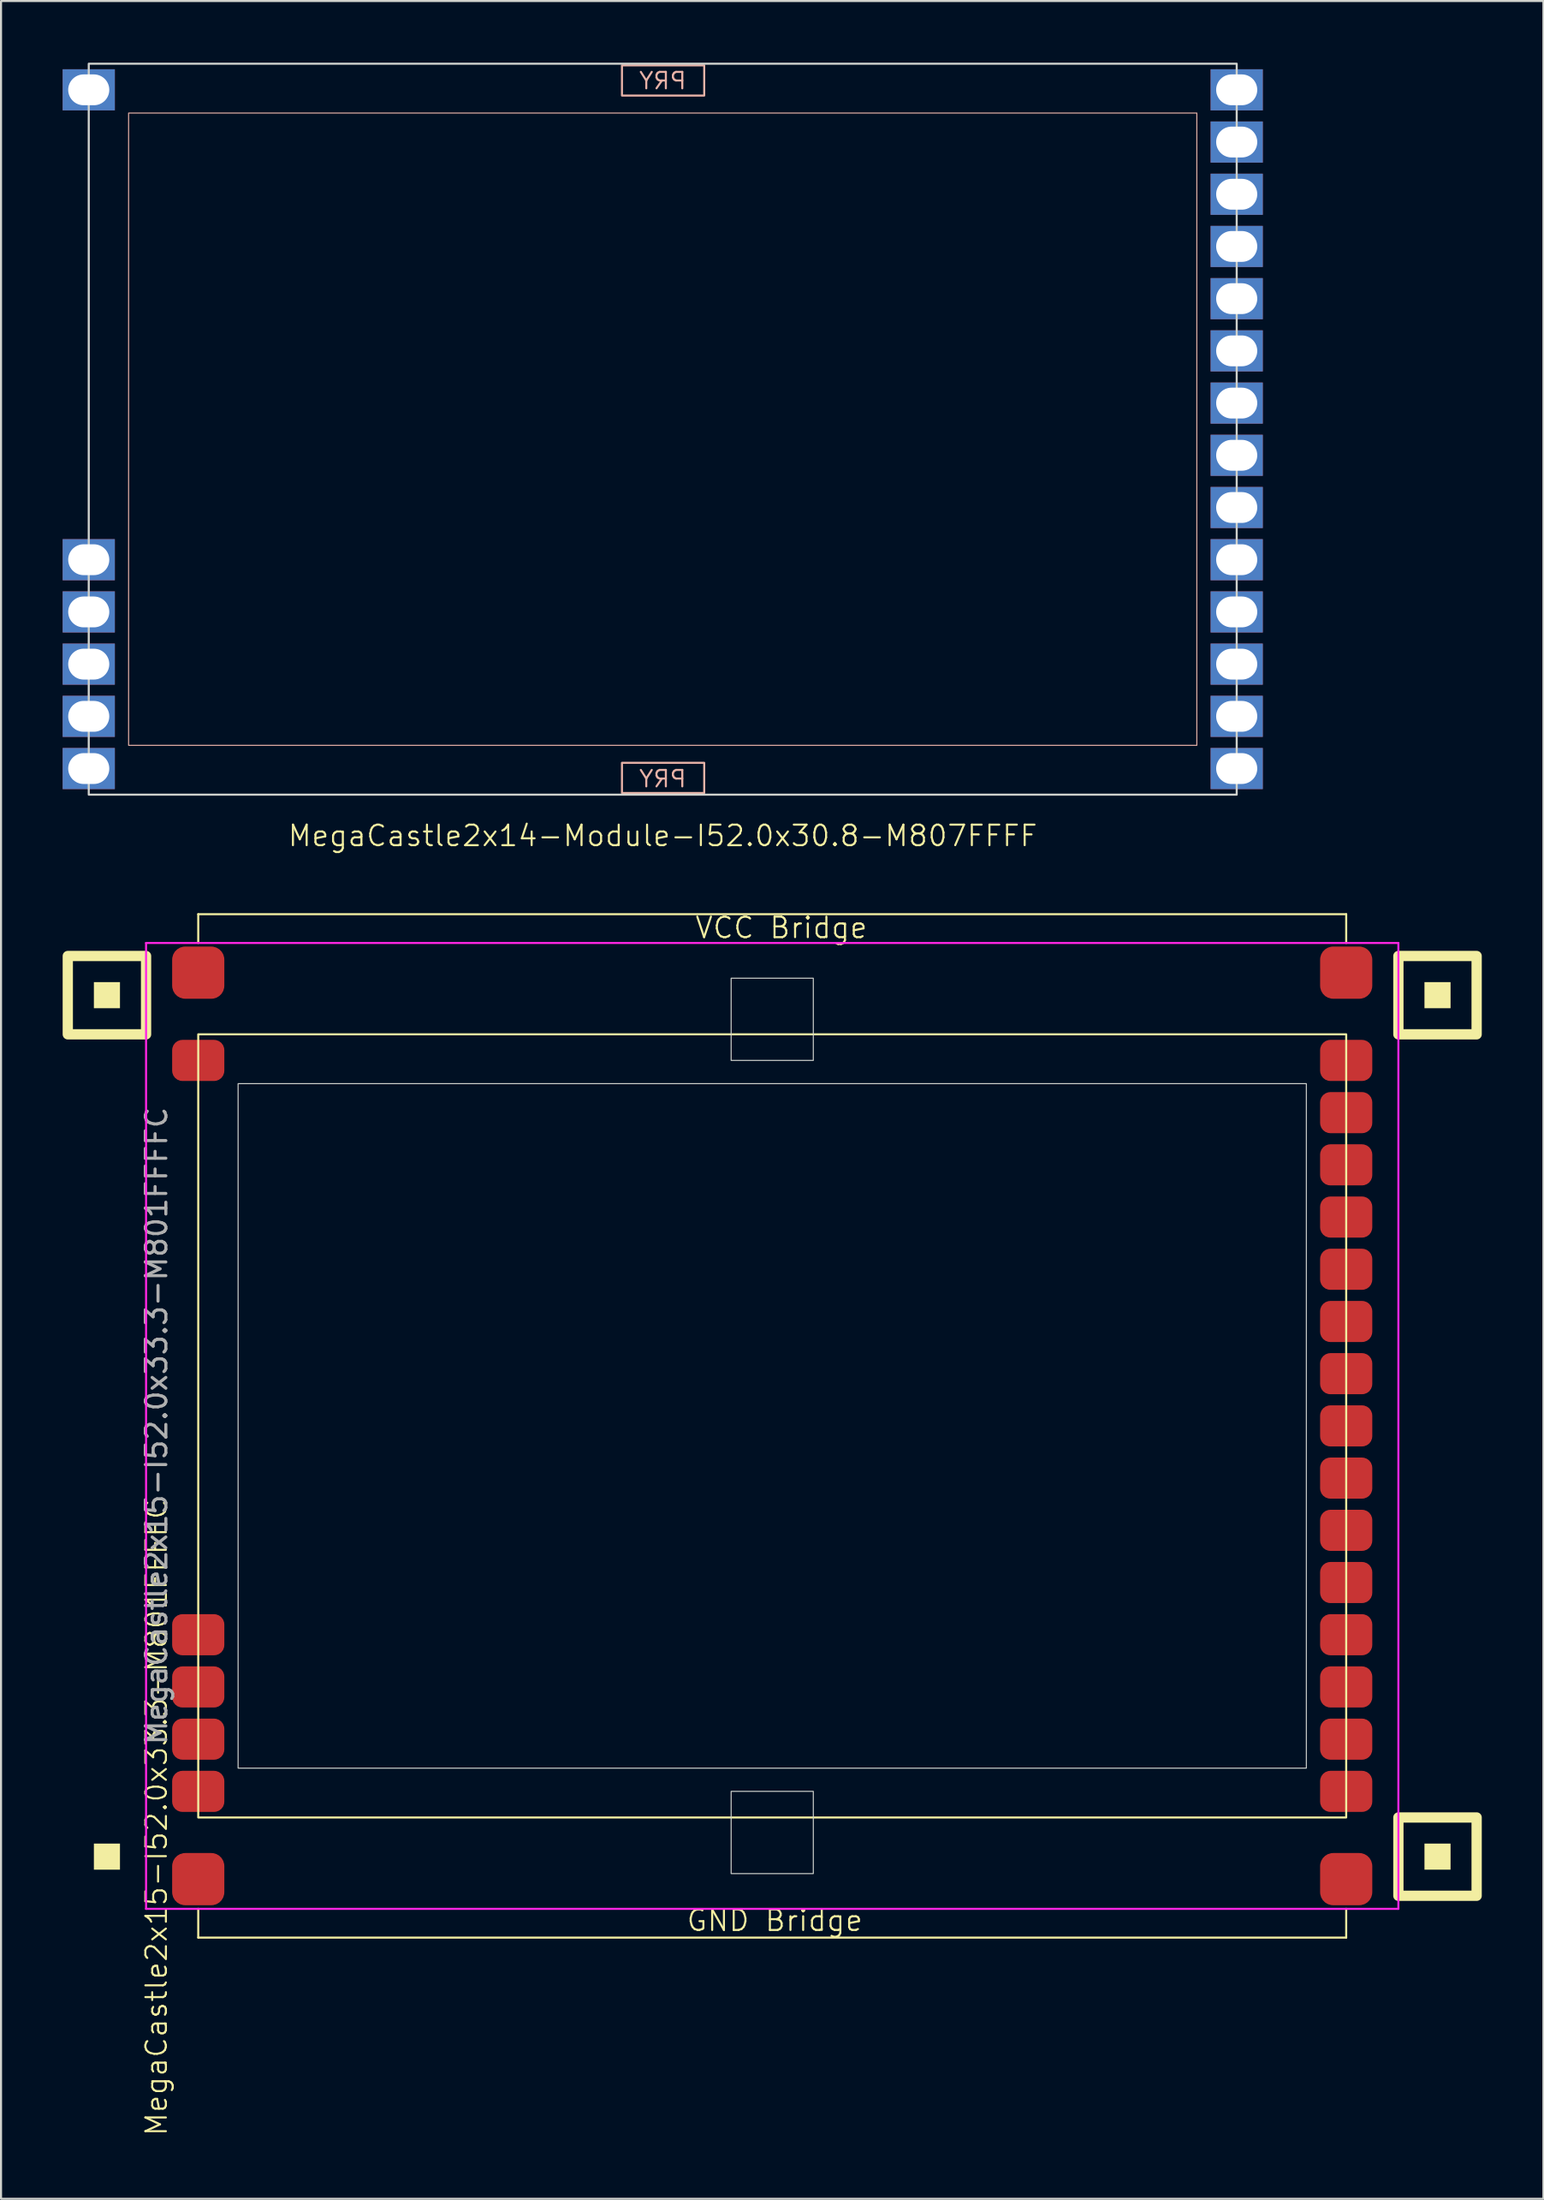
<source format=kicad_pcb>
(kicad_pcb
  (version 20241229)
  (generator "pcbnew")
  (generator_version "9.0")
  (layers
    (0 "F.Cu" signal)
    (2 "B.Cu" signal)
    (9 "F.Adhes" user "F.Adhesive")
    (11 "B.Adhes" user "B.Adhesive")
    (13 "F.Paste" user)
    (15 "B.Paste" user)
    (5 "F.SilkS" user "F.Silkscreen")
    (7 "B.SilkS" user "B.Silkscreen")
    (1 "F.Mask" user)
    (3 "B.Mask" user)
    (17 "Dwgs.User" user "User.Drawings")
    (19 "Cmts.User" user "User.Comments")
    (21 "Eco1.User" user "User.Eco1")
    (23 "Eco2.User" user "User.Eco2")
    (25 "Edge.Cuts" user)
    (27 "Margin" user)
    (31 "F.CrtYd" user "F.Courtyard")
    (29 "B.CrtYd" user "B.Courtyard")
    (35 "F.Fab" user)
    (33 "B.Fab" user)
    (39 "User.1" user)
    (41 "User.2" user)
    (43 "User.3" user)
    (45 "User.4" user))
  (footprint "MegaCastle2x15-I52.0x33.3-M801FFFFC"
    (layer "F.Cu")
    (at 34.54 66.32)
    (property "Reference" "MegaCastle2x15-I52.0x33.3-M801FFFFC" (at -29.972 19.05 90) (unlocked yes) (layer "F.SilkS") (effects (font (size 1 1) (thickness 0.1))))
    (attr smd)
    (fp_line (start -27.94 -24.895) (end 27.94 -24.895) (stroke (width 0.1) (type default)) (layer "F.SilkS"))
    (fp_line (start -27.94 -23.495) (end -27.94 -24.895) (stroke (width 0.1) (type default)) (layer "F.SilkS"))
    (fp_line (start -27.94 23.495) (end -27.94 24.895) (stroke (width 0.1) (type default)) (layer "F.SilkS"))
    (fp_line (start -27.94 24.895) (end 27.94 24.895) (stroke (width 0.1) (type default)) (layer "F.SilkS"))
    (fp_line (start 27.94 -23.495) (end 27.94 -24.895) (stroke (width 0.1) (type default)) (layer "F.SilkS"))
    (fp_line (start 27.94 23.495) (end 27.94 24.895) (stroke (width 0.1) (type default)) (layer "F.SilkS"))
    (fp_rect (start -31.75 -20.32) (end -33.02 -21.59) (stroke (width 0) (type solid)) (fill yes) (layer "F.SilkS"))
    (fp_rect (start -31.75 21.59) (end -33.02 20.32) (stroke (width 0) (type solid)) (fill yes) (layer "F.SilkS"))
    (fp_rect (start -30.48 -19.05) (end -34.29 -22.86) (stroke (width 0.5) (type default)) (fill no) (layer "F.SilkS"))
    (fp_rect (start -27.94 -19.05) (end 27.94 19.05) (stroke (width 0.1) (type default)) (fill no) (layer "F.SilkS"))
    (fp_rect (start 33.02 -20.32) (end 31.75 -21.59) (stroke (width 0) (type solid)) (fill yes) (layer "F.SilkS"))
    (fp_rect (start 33.02 21.59) (end 31.75 20.32) (stroke (width 0) (type solid)) (fill yes) (layer "F.SilkS"))
    (fp_rect (start 34.29 -19.05) (end 30.48 -22.86) (stroke (width 0.5) (type default)) (fill no) (layer "F.SilkS"))
    (fp_rect (start 34.29 22.86) (end 30.48 19.05) (stroke (width 0.5) (type default)) (fill no) (layer "F.SilkS"))
    (fp_rect (start -26 -16.65) (end 26 16.65) (stroke (width 0.05) (type default)) (fill no) (layer "Edge.Cuts"))
    (fp_rect (start -2 -17.78) (end 2 -21.78) (stroke (width 0.05) (type default)) (fill no) (layer "Edge.Cuts"))
    (fp_rect (start -2 17.78) (end 2 21.78) (stroke (width 0.05) (type default)) (fill no) (layer "Edge.Cuts"))
    (fp_line (start -30.48 -23.495) (end -30.48 23.495) (stroke (width 0.1) (type default)) (layer "F.CrtYd"))
    (fp_line (start -30.48 23.495) (end 30.48 23.495) (stroke (width 0.1) (type default)) (layer "F.CrtYd"))
    (fp_line (start 30.48 -23.495) (end -30.48 -23.495) (stroke (width 0.1) (type default)) (layer "F.CrtYd"))
    (fp_line (start 30.48 -23.495) (end 30.48 23.495) (stroke (width 0.1) (type default)) (layer "F.CrtYd"))
    (fp_text user "GND Bridge" (at -4.226 24.65 0) (unlocked yes) (layer "F.SilkS") (effects (font (size 1 1) (thickness 0.1)) (justify left bottom)))
    (fp_text user "VCC Bridge" (at -3.81 -23.65 0) (unlocked yes) (layer "F.SilkS") (effects (font (size 1 1) (thickness 0.1)) (justify left bottom)))
    (fp_text user "${REFERENCE}" (at -29.972 0 90) (unlocked yes) (layer "F.Fab") (effects (font (size 1 1) (thickness 0.15))))
    (pad "1" smd roundrect (at -27.94 -17.78) (size 2.54 2) (layers "F.Cu" "F.Mask" "F.Paste") (roundrect_rratio 0.25))
    (pad "12" smd roundrect (at -27.94 10.16) (size 2.54 2) (layers "F.Cu" "F.Mask" "F.Paste") (roundrect_rratio 0.25))
    (pad "13" smd roundrect (at -27.94 12.7) (size 2.54 2) (layers "F.Cu" "F.Mask" "F.Paste") (roundrect_rratio 0.25))
    (pad "14" smd roundrect (at -27.94 15.24) (size 2.54 2) (layers "F.Cu" "F.Mask" "F.Paste") (roundrect_rratio 0.25))
    (pad "15" smd roundrect (at -27.94 17.78) (size 2.54 2) (layers "F.Cu" "F.Mask" "F.Paste") (roundrect_rratio 0.25))
    (pad "16" smd roundrect (at 27.94 -17.78) (size 2.54 2) (layers "F.Cu" "F.Mask" "F.Paste") (roundrect_rratio 0.25))
    (pad "17" smd roundrect (at 27.94 -15.24) (size 2.54 2) (layers "F.Cu" "F.Mask" "F.Paste") (roundrect_rratio 0.25))
    (pad "18" smd roundrect (at 27.94 -12.7) (size 2.54 2) (layers "F.Cu" "F.Mask" "F.Paste") (roundrect_rratio 0.25))
    (pad "19" smd roundrect (at 27.94 -10.16) (size 2.54 2) (layers "F.Cu" "F.Mask" "F.Paste") (roundrect_rratio 0.25))
    (pad "20" smd roundrect (at 27.94 -7.62) (size 2.54 2) (layers "F.Cu" "F.Mask" "F.Paste") (roundrect_rratio 0.25))
    (pad "21" smd roundrect (at 27.94 -5.08) (size 2.54 2) (layers "F.Cu" "F.Mask" "F.Paste") (roundrect_rratio 0.25))
    (pad "22" smd roundrect (at 27.94 -2.54) (size 2.54 2) (layers "F.Cu" "F.Mask" "F.Paste") (roundrect_rratio 0.25))
    (pad "23" smd roundrect (at 27.94 0) (size 2.54 2) (layers "F.Cu" "F.Mask" "F.Paste") (roundrect_rratio 0.25))
    (pad "24" smd roundrect (at 27.94 2.54) (size 2.54 2) (layers "F.Cu" "F.Mask" "F.Paste") (roundrect_rratio 0.25))
    (pad "25" smd roundrect (at 27.94 5.08) (size 2.54 2) (layers "F.Cu" "F.Mask" "F.Paste") (roundrect_rratio 0.25))
    (pad "26" smd roundrect (at 27.94 7.62) (size 2.54 2) (layers "F.Cu" "F.Mask" "F.Paste") (roundrect_rratio 0.25))
    (pad "27" smd roundrect (at 27.94 10.16) (size 2.54 2) (layers "F.Cu" "F.Mask" "F.Paste") (roundrect_rratio 0.25))
    (pad "28" smd roundrect (at 27.94 12.7) (size 2.54 2) (layers "F.Cu" "F.Mask" "F.Paste") (roundrect_rratio 0.25))
    (pad "29" smd roundrect (at 27.94 15.24) (size 2.54 2) (layers "F.Cu" "F.Mask" "F.Paste") (roundrect_rratio 0.25))
    (pad "30" smd roundrect (at 27.94 17.78) (size 2.54 2) (layers "F.Cu" "F.Mask" "F.Paste") (roundrect_rratio 0.25))
    (pad "A1" smd roundrect (at -27.94 -22.05) (size 2.54 2.54) (layers "F.Cu" "F.Mask" "F.Paste") (roundrect_rratio 0.25))
    (pad "A2" smd roundrect (at 27.94 -22.05) (size 2.54 2.54) (layers "F.Cu" "F.Mask" "F.Paste") (roundrect_rratio 0.25))
    (pad "B1" smd roundrect (at -27.94 22.05) (size 2.54 2.54) (layers "F.Cu" "F.Mask" "F.Paste") (roundrect_rratio 0.25))
    (pad "B2" smd roundrect (at 27.94 22.05) (size 2.54 2.54) (layers "F.Cu" "F.Mask" "F.Paste") (roundrect_rratio 0.25)))
  (footprint "MegaCastle2x14-Module-I52.0x30.8-M807FFFF"
    (layer "F.Cu")
    (at 29.21 17.83)
    (property "Reference" "MegaCastle2x14-Module-I52.0x30.8-M807FFFF" (at 0 19.78 0) (unlocked yes) (layer "F.SilkS") (effects (font (size 1 1) (thickness 0.1))))
    (attr smd)
    (fp_rect (start -26 15.38) (end 26 -15.38) (stroke (width 0.05) (type default)) (fill no) (layer "B.SilkS"))
    (fp_rect (start -1.984 -16.231) (end 2.02 -17.7) (stroke (width 0.1) (type default)) (fill no) (layer "B.SilkS"))
    (fp_rect (start -1.984 16.231) (end 2.02 17.7) (stroke (width 0.1) (type default)) (fill no) (layer "B.SilkS"))
    (fp_rect (start -27.94 17.78) (end 27.94 -17.78) (stroke (width 0.1) (type default)) (fill no) (layer "Edge.Cuts"))
    (fp_text user "PRY" (at 0 -16.48 0) (unlocked yes) (layer "B.SilkS") (effects (font (size 0.8 0.8) (thickness 0.1)) (justify bottom mirror)))
    (fp_text user "PRY" (at 0 17.48 0) (unlocked yes) (layer "B.SilkS") (effects (font (size 0.8 0.8) (thickness 0.1)) (justify bottom mirror)))
    (pad "1" thru_hole rect (at -27.94 -16.51) (size 2.54 2) (drill oval 2 1.5) (property pad_prop_castellated) (layers "*.Cu" "*.Mask"))
    (pad "10" thru_hole rect (at -27.94 6.35) (size 2.54 2) (drill oval 2 1.5) (property pad_prop_castellated) (layers "*.Cu" "*.Mask"))
    (pad "11" thru_hole rect (at -27.94 8.89) (size 2.54 2) (drill oval 2 1.5) (property pad_prop_castellated) (layers "*.Cu" "*.Mask"))
    (pad "12" thru_hole rect (at -27.94 11.43) (size 2.54 2) (drill oval 2 1.5) (property pad_prop_castellated) (layers "*.Cu" "*.Mask"))
    (pad "13" thru_hole rect (at -27.94 13.97) (size 2.54 2) (drill oval 2 1.5) (property pad_prop_castellated) (layers "*.Cu" "*.Mask"))
    (pad "14" thru_hole rect (at -27.94 16.51) (size 2.54 2) (drill oval 2 1.5) (property pad_prop_castellated) (layers "*.Cu" "*.Mask"))
    (pad "15" thru_hole rect (at 27.94 -16.51) (size 2.54 2) (drill oval 2 1.5) (property pad_prop_castellated) (layers "*.Cu" "*.Mask"))
    (pad "16" thru_hole rect (at 27.94 -13.97) (size 2.54 2) (drill oval 2 1.5) (property pad_prop_castellated) (layers "*.Cu" "*.Mask"))
    (pad "17" thru_hole rect (at 27.94 -11.43) (size 2.54 2) (drill oval 2 1.5) (property pad_prop_castellated) (layers "*.Cu" "*.Mask"))
    (pad "18" thru_hole rect (at 27.94 -8.89) (size 2.54 2) (drill oval 2 1.5) (property pad_prop_castellated) (layers "*.Cu" "*.Mask"))
    (pad "19" thru_hole rect (at 27.94 -6.35) (size 2.54 2) (drill oval 2 1.5) (property pad_prop_castellated) (layers "*.Cu" "*.Mask"))
    (pad "20" thru_hole rect (at 27.94 -3.81) (size 2.54 2) (drill oval 2 1.5) (property pad_prop_castellated) (layers "*.Cu" "*.Mask"))
    (pad "21" thru_hole rect (at 27.94 -1.27) (size 2.54 2) (drill oval 2 1.5) (property pad_prop_castellated) (layers "*.Cu" "*.Mask"))
    (pad "22" thru_hole rect (at 27.94 1.27) (size 2.54 2) (drill oval 2 1.5) (property pad_prop_castellated) (layers "*.Cu" "*.Mask"))
    (pad "23" thru_hole rect (at 27.94 3.81) (size 2.54 2) (drill oval 2 1.5) (property pad_prop_castellated) (layers "*.Cu" "*.Mask"))
    (pad "24" thru_hole rect (at 27.94 6.35) (size 2.54 2) (drill oval 2 1.5) (property pad_prop_castellated) (layers "*.Cu" "*.Mask"))
    (pad "25" thru_hole rect (at 27.94 8.89) (size 2.54 2) (drill oval 2 1.5) (property pad_prop_castellated) (layers "*.Cu" "*.Mask"))
    (pad "26" thru_hole rect (at 27.94 11.43) (size 2.54 2) (drill oval 2 1.5) (property pad_prop_castellated) (layers "*.Cu" "*.Mask"))
    (pad "27" thru_hole rect (at 27.94 13.97) (size 2.54 2) (drill oval 2 1.5) (property pad_prop_castellated) (layers "*.Cu" "*.Mask"))
    (pad "28" thru_hole rect (at 27.94 16.51) (size 2.54 2) (drill oval 2 1.5) (property pad_prop_castellated) (layers "*.Cu" "*.Mask"))
    (zone (net_name "") (layer "B.Cu") (hatch edge 0.5) (connect_pads) (min_thickness 0.25) (filled_areas_thickness no) (keepout (tracks allowed) (vias allowed) (pads allowed) (copperpour allowed) (footprints not_allowed)) (placement (enabled no)) (fill) (polygon (pts (xy 1.27 35.61) (xy 1.27 0.05) (xy 3.21 0.05) (xy 3.21 35.61))))
    (zone (net_name "") (layer "B.Cu") (hatch edge 0.5) (connect_pads) (min_thickness 0.25) (filled_areas_thickness no) (keepout (tracks allowed) (vias allowed) (pads allowed) (copperpour allowed) (footprints not_allowed)) (placement (enabled no)) (fill) (polygon (pts (xy 3.21 0.05) (xy 3.21 2.45) (xy 55.21 2.45) (xy 55.21 0.05))))
    (zone (net_name "") (layer "B.Cu") (hatch edge 0.5) (connect_pads) (min_thickness 0.25) (filled_areas_thickness no) (keepout (tracks allowed) (vias allowed) (pads allowed) (copperpour allowed) (footprints not_allowed)) (placement (enabled no)) (fill) (polygon (pts (xy 3.21 35.61) (xy 3.21 33.21) (xy 55.21 33.21) (xy 55.21 35.61))))
    (zone (net_name "") (layer "B.Cu") (name "Upper Pry Zone") (hatch edge 0.5) (connect_pads) (min_thickness 0.25) (filled_areas_thickness no) (keepout (tracks not_allowed) (vias not_allowed) (pads not_allowed) (copperpour allowed) (footprints not_allowed)) (placement (enabled no)) (fill) (polygon (pts (xy 27.226 1.599) (xy 27.226 0.13) (xy 31.23 0.13) (xy 31.23 1.599))))
    (zone (net_name "") (layer "B.Cu") (name "Upper Pry Zone") (hatch edge 0.5) (connect_pads) (min_thickness 0.25) (filled_areas_thickness no) (keepout (tracks not_allowed) (vias not_allowed) (pads not_allowed) (copperpour allowed) (footprints not_allowed)) (placement (enabled no)) (fill) (polygon (pts (xy 27.226 34.061) (xy 27.226 35.53) (xy 31.23 35.53) (xy 31.23 34.061))))
    (zone (net_name "") (layer "B.Cu") (hatch edge 0.5) (connect_pads) (min_thickness 0.25) (filled_areas_thickness no) (keepout (tracks allowed) (vias allowed) (pads allowed) (copperpour allowed) (footprints not_allowed)) (placement (enabled no)) (fill) (polygon (pts (xy 57.15 35.61) (xy 57.15 0.05) (xy 55.21 0.05) (xy 55.21 35.61)))))
  (gr_rect
    (start -3 -3)
    (end 72.08 103.921)
    (stroke (width 0.1) (type default))
    (fill no)
    (layer "Edge.Cuts")))
</source>
